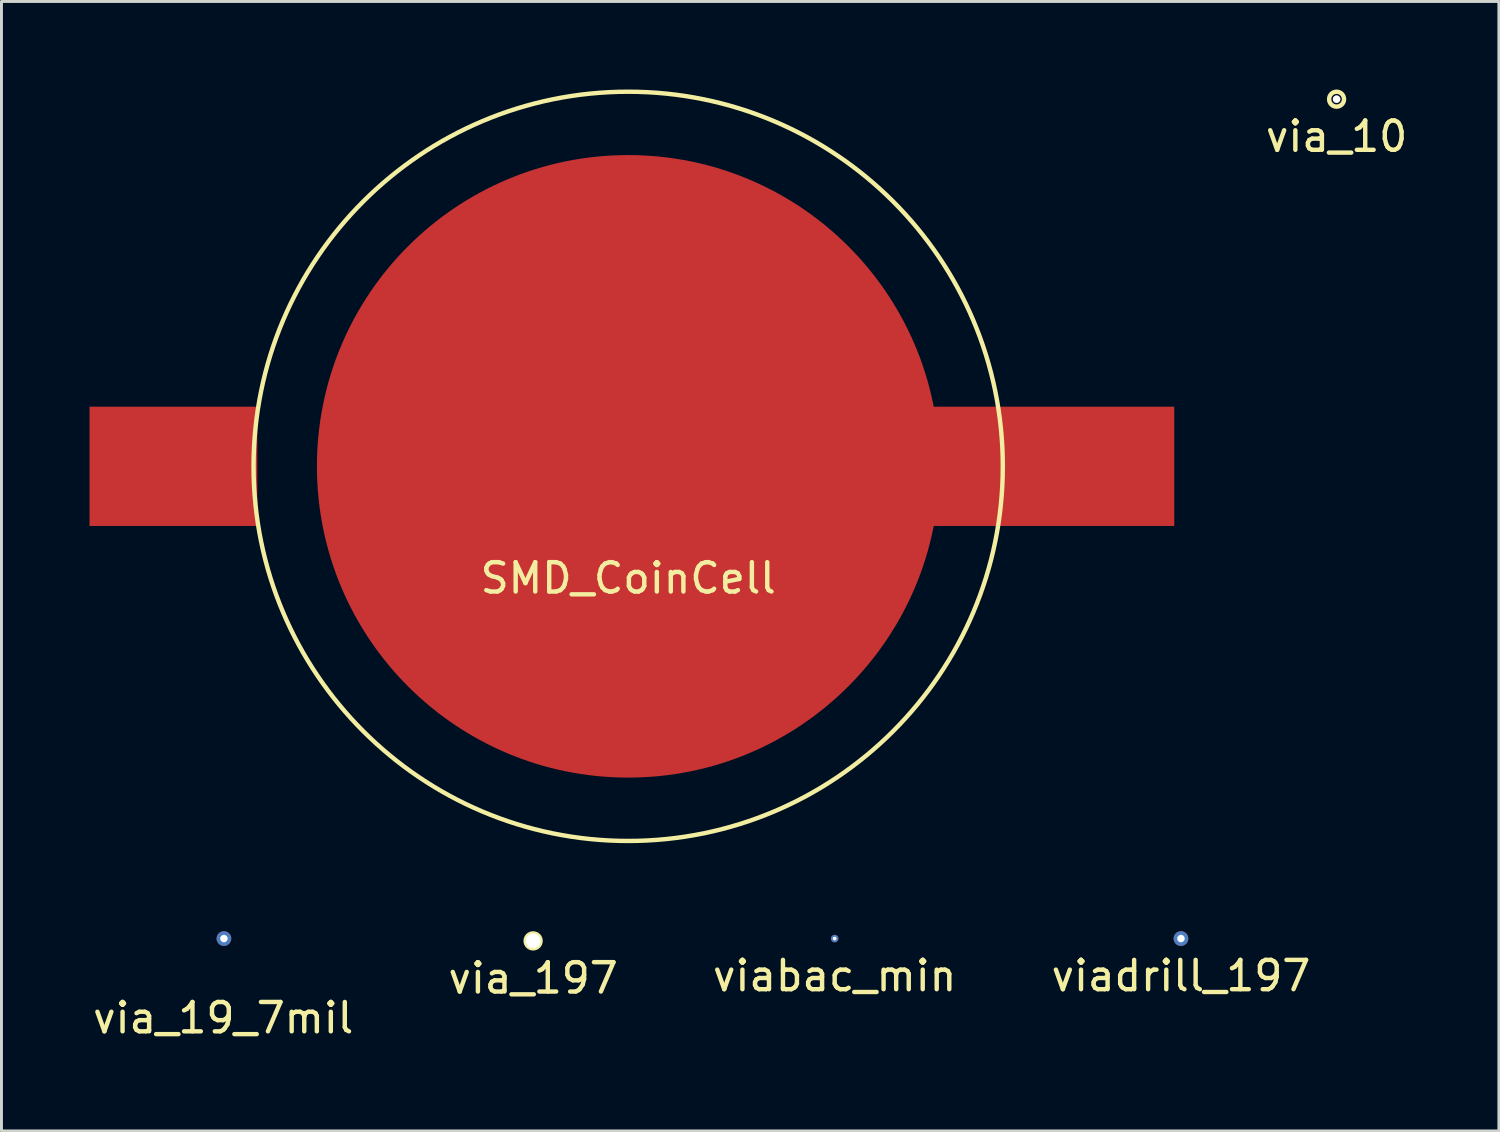
<source format=kicad_pcb>
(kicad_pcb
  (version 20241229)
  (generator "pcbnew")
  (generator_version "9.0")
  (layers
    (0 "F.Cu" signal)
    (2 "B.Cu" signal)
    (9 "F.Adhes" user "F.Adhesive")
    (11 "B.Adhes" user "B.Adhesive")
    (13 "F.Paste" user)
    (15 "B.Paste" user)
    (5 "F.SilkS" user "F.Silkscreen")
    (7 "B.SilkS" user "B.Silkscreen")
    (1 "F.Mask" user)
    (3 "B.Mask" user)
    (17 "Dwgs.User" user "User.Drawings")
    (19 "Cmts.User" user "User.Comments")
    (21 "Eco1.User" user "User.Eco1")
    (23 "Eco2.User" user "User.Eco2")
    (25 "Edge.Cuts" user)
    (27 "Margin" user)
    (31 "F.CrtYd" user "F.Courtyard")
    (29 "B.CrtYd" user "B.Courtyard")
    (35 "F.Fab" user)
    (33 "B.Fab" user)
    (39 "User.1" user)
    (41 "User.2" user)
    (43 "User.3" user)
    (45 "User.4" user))
  (footprint "viadrill_197"
    (layer "F.Cu")
    (at 37.185 28.927)
    (property "Reference" "viadrill_197" (at 0 1.27 0) (layer "F.SilkS") (effects (font (size 1 1) (thickness 0.15))))
    (attr through_hole)
    (pad "1" thru_hole circle (at 0 0) (size 0.5 0.5) (drill 0.254) (layers "*.Cu" "*.Mask")))
  (footprint "via_197"
    (layer "F.Cu")
    (at 15.113 29.006)
    (property "Reference" "via_197" (at 0 1.27 0) (layer "F.SilkS") (effects (font (size 1 1) (thickness 0.15))))
    (attr through_hole)
    (fp_circle (center 0 0) (end 0.254 0) (stroke (width 0.15) (type solid)) (fill no) (layer "F.SilkS"))
    (pad "1" thru_hole circle (at 0 0) (size 0.5 0.5) (drill 0.5) (layers "*.Cu" "*.Mask")))
  (footprint "viabac_min"
    (layer "F.Cu")
    (at 25.387 28.927)
    (property "Reference" "viabac_min" (at 0 1.27 0) (layer "F.SilkS") (effects (font (size 1 1) (thickness 0.15))))
    (attr through_hole)
    (pad "1" thru_hole circle (at 0 0) (size 0.254 0.254) (drill 0.127) (layers "*.Cu" "*.Mask")))
  (footprint "via_10"
    (layer "F.Cu")
    (at 42.487 0.329)
    (property "Reference" "via_10" (at 0 1.27 0) (layer "F.SilkS") (effects (font (size 1 1) (thickness 0.15))))
    (attr through_hole)
    (fp_circle (center 0 0) (end 0.254 0) (stroke (width 0.15) (type solid)) (fill no) (layer "F.SilkS"))
    (pad "1" thru_hole circle (at 0 0) (size 0.254 0.254) (drill 0.254) (layers "*.Cu" "*.Mask")))
  (footprint "via_19_7mil"
    (layer "F.Cu")
    (at 4.579 28.927)
    (property "Reference" "via_19_7mil" (at -0.025 2.705 0) (layer "F.SilkS") (effects (font (size 1 1) (thickness 0.15))))
    (attr through_hole)
    (pad "1" thru_hole circle (at 0 0) (size 0.5 0.5) (drill 0.254) (layers "*.Cu" "*.Mask")))
  (footprint "SMD_CoinCell"
    (layer "F.Cu")
    (at 18.352 12.838)
    (property "Reference" "SMD_CoinCell" (at 0 3.81 0) (layer "F.SilkS") (effects (font (size 1 1) (thickness 0.15))))
    (attr through_hole)
    (fp_circle (center 0 0) (end 12.7 1.27) (stroke (width 0.15) (type solid)) (fill no) (layer "F.SilkS"))
    (pad "1" smd rect (at -15.494 0) (size 5.715 4.064) (layers "F.Cu" "F.Mask" "F.Paste"))
    (pad "2" smd circle (at 0 0) (size 21.209 21.209) (layers "F.Cu" "F.Mask" "F.Paste"))
    (pad "3" connect rect (at 14.478 0) (size 8.255 4.064) (layers "F.Cu" "F.Mask")))
  (gr_rect
    (start -3 -3)
    (end 48.017 35.48)
    (stroke (width 0.1) (type default))
    (fill no)
    (layer "Edge.Cuts")))
</source>
